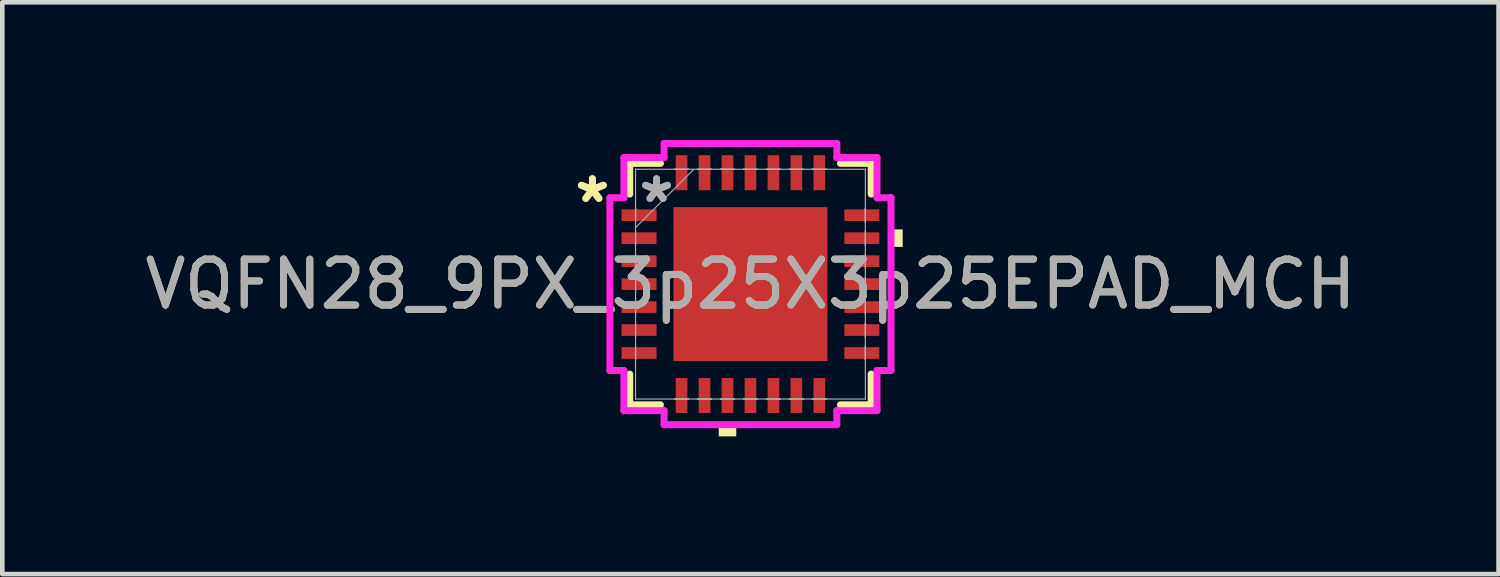
<source format=kicad_pcb>
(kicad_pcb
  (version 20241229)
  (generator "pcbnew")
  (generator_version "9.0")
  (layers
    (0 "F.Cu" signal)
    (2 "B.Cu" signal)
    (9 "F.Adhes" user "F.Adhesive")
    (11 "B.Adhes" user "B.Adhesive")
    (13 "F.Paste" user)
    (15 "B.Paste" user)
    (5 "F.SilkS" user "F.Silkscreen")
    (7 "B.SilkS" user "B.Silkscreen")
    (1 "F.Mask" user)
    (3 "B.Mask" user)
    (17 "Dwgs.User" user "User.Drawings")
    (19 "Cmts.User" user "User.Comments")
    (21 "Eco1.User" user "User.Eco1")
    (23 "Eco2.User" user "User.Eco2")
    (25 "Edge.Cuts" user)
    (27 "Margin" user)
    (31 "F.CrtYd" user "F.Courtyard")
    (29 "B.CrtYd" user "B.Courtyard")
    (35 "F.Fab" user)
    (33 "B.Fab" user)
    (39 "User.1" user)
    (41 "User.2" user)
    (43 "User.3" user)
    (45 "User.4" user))
  (footprint "VQFN28_9PX_3p25X3p25EPAD_MCH"
    (layer "F.Cu")
    (at 13.292 3.137)
    (property "Reference" "VQFN28_9PX_3p25X3p25EPAD_MCH" (at 0 0 0) (unlocked yes) (layer "F.SilkS") (effects (font (size 1 1) (thickness 0.15))))
    (attr smd)
    (fp_line (start -2.629 -2.629) (end -2.629 -1.96) (stroke (width 0.152) (type solid)) (layer "F.SilkS"))
    (fp_line (start -2.629 1.96) (end -2.629 2.629) (stroke (width 0.152) (type solid)) (layer "F.SilkS"))
    (fp_line (start -2.629 2.629) (end -1.96 2.629) (stroke (width 0.152) (type solid)) (layer "F.SilkS"))
    (fp_line (start -1.96 -2.629) (end -2.629 -2.629) (stroke (width 0.152) (type solid)) (layer "F.SilkS"))
    (fp_line (start 1.96 2.629) (end 2.629 2.629) (stroke (width 0.152) (type solid)) (layer "F.SilkS"))
    (fp_line (start 2.629 -2.629) (end 1.96 -2.629) (stroke (width 0.152) (type solid)) (layer "F.SilkS"))
    (fp_line (start 2.629 -1.96) (end 2.629 -2.629) (stroke (width 0.152) (type solid)) (layer "F.SilkS"))
    (fp_line (start 2.629 2.629) (end 2.629 1.96) (stroke (width 0.152) (type solid)) (layer "F.SilkS"))
    (fp_poly (pts (xy -0.69 3.061) (xy -0.69 3.315) (xy -0.309 3.315) (xy -0.309 3.061)) (stroke (width 0) (type solid)) (fill yes) (layer "F.SilkS"))
    (fp_poly (pts (xy 3.315 -1.191) (xy 3.315 -0.81) (xy 3.061 -0.81) (xy 3.061 -1.191)) (stroke (width 0) (type solid)) (fill yes) (layer "F.SilkS"))
    (fp_poly (pts (xy -1.576 -1.576) (xy -1.576 -0.1) (xy -0.1 -0.1) (xy -0.1 -1.576)) (stroke (width 0) (type solid)) (fill yes) (layer "F.Paste"))
    (fp_poly (pts (xy -1.576 0.1) (xy -1.576 1.576) (xy -0.1 1.576) (xy -0.1 0.1)) (stroke (width 0) (type solid)) (fill yes) (layer "F.Paste"))
    (fp_poly (pts (xy 0.1 -1.576) (xy 0.1 -0.1) (xy 1.576 -0.1) (xy 1.576 -1.576)) (stroke (width 0) (type solid)) (fill yes) (layer "F.Paste"))
    (fp_poly (pts (xy 0.1 0.1) (xy 0.1 1.576) (xy 1.576 1.576) (xy 1.576 0.1)) (stroke (width 0) (type solid)) (fill yes) (layer "F.Paste"))
    (fp_line (start -3.061 -1.881) (end -2.756 -1.881) (stroke (width 0.152) (type solid)) (layer "F.CrtYd"))
    (fp_line (start -3.061 1.881) (end -3.061 -1.881) (stroke (width 0.152) (type solid)) (layer "F.CrtYd"))
    (fp_line (start -2.756 -2.756) (end -1.881 -2.756) (stroke (width 0.152) (type solid)) (layer "F.CrtYd"))
    (fp_line (start -2.756 -1.881) (end -2.756 -2.756) (stroke (width 0.152) (type solid)) (layer "F.CrtYd"))
    (fp_line (start -2.756 1.881) (end -3.061 1.881) (stroke (width 0.152) (type solid)) (layer "F.CrtYd"))
    (fp_line (start -2.756 2.756) (end -2.756 1.881) (stroke (width 0.152) (type solid)) (layer "F.CrtYd"))
    (fp_line (start -1.881 -3.061) (end 1.881 -3.061) (stroke (width 0.152) (type solid)) (layer "F.CrtYd"))
    (fp_line (start -1.881 -2.756) (end -1.881 -3.061) (stroke (width 0.152) (type solid)) (layer "F.CrtYd"))
    (fp_line (start -1.881 2.756) (end -2.756 2.756) (stroke (width 0.152) (type solid)) (layer "F.CrtYd"))
    (fp_line (start -1.881 3.061) (end -1.881 2.756) (stroke (width 0.152) (type solid)) (layer "F.CrtYd"))
    (fp_line (start 1.881 -3.061) (end 1.881 -2.756) (stroke (width 0.152) (type solid)) (layer "F.CrtYd"))
    (fp_line (start 1.881 -2.756) (end 2.756 -2.756) (stroke (width 0.152) (type solid)) (layer "F.CrtYd"))
    (fp_line (start 1.881 2.756) (end 1.881 3.061) (stroke (width 0.152) (type solid)) (layer "F.CrtYd"))
    (fp_line (start 1.881 3.061) (end -1.881 3.061) (stroke (width 0.152) (type solid)) (layer "F.CrtYd"))
    (fp_line (start 2.756 -2.756) (end 2.756 -1.881) (stroke (width 0.152) (type solid)) (layer "F.CrtYd"))
    (fp_line (start 2.756 -1.881) (end 3.061 -1.881) (stroke (width 0.152) (type solid)) (layer "F.CrtYd"))
    (fp_line (start 2.756 1.881) (end 2.756 2.756) (stroke (width 0.152) (type solid)) (layer "F.CrtYd"))
    (fp_line (start 2.756 2.756) (end 1.881 2.756) (stroke (width 0.152) (type solid)) (layer "F.CrtYd"))
    (fp_line (start 3.061 -1.881) (end 3.061 1.881) (stroke (width 0.152) (type solid)) (layer "F.CrtYd"))
    (fp_line (start 3.061 1.881) (end 2.756 1.881) (stroke (width 0.152) (type solid)) (layer "F.CrtYd"))
    (fp_line (start -2.502 -2.502) (end -2.502 -2.502) (stroke (width 0.025) (type solid)) (layer "F.Fab"))
    (fp_line (start -2.502 -2.502) (end -2.502 2.502) (stroke (width 0.025) (type solid)) (layer "F.Fab"))
    (fp_line (start -2.502 -1.652) (end -2.502 -1.652) (stroke (width 0.025) (type solid)) (layer "F.Fab"))
    (fp_line (start -2.502 -1.652) (end -2.502 -1.348) (stroke (width 0.025) (type solid)) (layer "F.Fab"))
    (fp_line (start -2.502 -1.348) (end -2.502 -1.652) (stroke (width 0.025) (type solid)) (layer "F.Fab"))
    (fp_line (start -2.502 -1.348) (end -2.502 -1.348) (stroke (width 0.025) (type solid)) (layer "F.Fab"))
    (fp_line (start -2.502 -1.232) (end -1.232 -2.502) (stroke (width 0.025) (type solid)) (layer "F.Fab"))
    (fp_line (start -2.502 -1.152) (end -2.502 -1.152) (stroke (width 0.025) (type solid)) (layer "F.Fab"))
    (fp_line (start -2.502 -1.152) (end -2.502 -0.848) (stroke (width 0.025) (type solid)) (layer "F.Fab"))
    (fp_line (start -2.502 -0.848) (end -2.502 -1.152) (stroke (width 0.025) (type solid)) (layer "F.Fab"))
    (fp_line (start -2.502 -0.848) (end -2.502 -0.848) (stroke (width 0.025) (type solid)) (layer "F.Fab"))
    (fp_line (start -2.502 -0.652) (end -2.502 -0.652) (stroke (width 0.025) (type solid)) (layer "F.Fab"))
    (fp_line (start -2.502 -0.652) (end -2.502 -0.348) (stroke (width 0.025) (type solid)) (layer "F.Fab"))
    (fp_line (start -2.502 -0.348) (end -2.502 -0.652) (stroke (width 0.025) (type solid)) (layer "F.Fab"))
    (fp_line (start -2.502 -0.348) (end -2.502 -0.348) (stroke (width 0.025) (type solid)) (layer "F.Fab"))
    (fp_line (start -2.502 -0.152) (end -2.502 -0.152) (stroke (width 0.025) (type solid)) (layer "F.Fab"))
    (fp_line (start -2.502 -0.152) (end -2.502 0.152) (stroke (width 0.025) (type solid)) (layer "F.Fab"))
    (fp_line (start -2.502 0.152) (end -2.502 -0.152) (stroke (width 0.025) (type solid)) (layer "F.Fab"))
    (fp_line (start -2.502 0.152) (end -2.502 0.152) (stroke (width 0.025) (type solid)) (layer "F.Fab"))
    (fp_line (start -2.502 0.348) (end -2.502 0.348) (stroke (width 0.025) (type solid)) (layer "F.Fab"))
    (fp_line (start -2.502 0.348) (end -2.502 0.652) (stroke (width 0.025) (type solid)) (layer "F.Fab"))
    (fp_line (start -2.502 0.652) (end -2.502 0.348) (stroke (width 0.025) (type solid)) (layer "F.Fab"))
    (fp_line (start -2.502 0.652) (end -2.502 0.652) (stroke (width 0.025) (type solid)) (layer "F.Fab"))
    (fp_line (start -2.502 0.848) (end -2.502 0.848) (stroke (width 0.025) (type solid)) (layer "F.Fab"))
    (fp_line (start -2.502 0.848) (end -2.502 1.152) (stroke (width 0.025) (type solid)) (layer "F.Fab"))
    (fp_line (start -2.502 1.152) (end -2.502 0.848) (stroke (width 0.025) (type solid)) (layer "F.Fab"))
    (fp_line (start -2.502 1.152) (end -2.502 1.152) (stroke (width 0.025) (type solid)) (layer "F.Fab"))
    (fp_line (start -2.502 1.348) (end -2.502 1.348) (stroke (width 0.025) (type solid)) (layer "F.Fab"))
    (fp_line (start -2.502 1.348) (end -2.502 1.652) (stroke (width 0.025) (type solid)) (layer "F.Fab"))
    (fp_line (start -2.502 1.652) (end -2.502 1.348) (stroke (width 0.025) (type solid)) (layer "F.Fab"))
    (fp_line (start -2.502 1.652) (end -2.502 1.652) (stroke (width 0.025) (type solid)) (layer "F.Fab"))
    (fp_line (start -2.502 2.502) (end -2.502 2.502) (stroke (width 0.025) (type solid)) (layer "F.Fab"))
    (fp_line (start -2.502 2.502) (end 2.502 2.502) (stroke (width 0.025) (type solid)) (layer "F.Fab"))
    (fp_line (start -1.652 -2.502) (end -1.652 -2.502) (stroke (width 0.025) (type solid)) (layer "F.Fab"))
    (fp_line (start -1.652 -2.502) (end -1.348 -2.502) (stroke (width 0.025) (type solid)) (layer "F.Fab"))
    (fp_line (start -1.652 2.502) (end -1.652 2.502) (stroke (width 0.025) (type solid)) (layer "F.Fab"))
    (fp_line (start -1.652 2.502) (end -1.348 2.502) (stroke (width 0.025) (type solid)) (layer "F.Fab"))
    (fp_line (start -1.348 -2.502) (end -1.652 -2.502) (stroke (width 0.025) (type solid)) (layer "F.Fab"))
    (fp_line (start -1.348 -2.502) (end -1.348 -2.502) (stroke (width 0.025) (type solid)) (layer "F.Fab"))
    (fp_line (start -1.348 2.502) (end -1.652 2.502) (stroke (width 0.025) (type solid)) (layer "F.Fab"))
    (fp_line (start -1.348 2.502) (end -1.348 2.502) (stroke (width 0.025) (type solid)) (layer "F.Fab"))
    (fp_line (start -1.152 -2.502) (end -1.152 -2.502) (stroke (width 0.025) (type solid)) (layer "F.Fab"))
    (fp_line (start -1.152 -2.502) (end -0.848 -2.502) (stroke (width 0.025) (type solid)) (layer "F.Fab"))
    (fp_line (start -1.152 2.502) (end -1.152 2.502) (stroke (width 0.025) (type solid)) (layer "F.Fab"))
    (fp_line (start -1.152 2.502) (end -0.848 2.502) (stroke (width 0.025) (type solid)) (layer "F.Fab"))
    (fp_line (start -0.848 -2.502) (end -1.152 -2.502) (stroke (width 0.025) (type solid)) (layer "F.Fab"))
    (fp_line (start -0.848 -2.502) (end -0.848 -2.502) (stroke (width 0.025) (type solid)) (layer "F.Fab"))
    (fp_line (start -0.848 2.502) (end -1.152 2.502) (stroke (width 0.025) (type solid)) (layer "F.Fab"))
    (fp_line (start -0.848 2.502) (end -0.848 2.502) (stroke (width 0.025) (type solid)) (layer "F.Fab"))
    (fp_line (start -0.652 -2.502) (end -0.652 -2.502) (stroke (width 0.025) (type solid)) (layer "F.Fab"))
    (fp_line (start -0.652 -2.502) (end -0.348 -2.502) (stroke (width 0.025) (type solid)) (layer "F.Fab"))
    (fp_line (start -0.652 2.502) (end -0.652 2.502) (stroke (width 0.025) (type solid)) (layer "F.Fab"))
    (fp_line (start -0.652 2.502) (end -0.348 2.502) (stroke (width 0.025) (type solid)) (layer "F.Fab"))
    (fp_line (start -0.348 -2.502) (end -0.652 -2.502) (stroke (width 0.025) (type solid)) (layer "F.Fab"))
    (fp_line (start -0.348 -2.502) (end -0.348 -2.502) (stroke (width 0.025) (type solid)) (layer "F.Fab"))
    (fp_line (start -0.348 2.502) (end -0.652 2.502) (stroke (width 0.025) (type solid)) (layer "F.Fab"))
    (fp_line (start -0.348 2.502) (end -0.348 2.502) (stroke (width 0.025) (type solid)) (layer "F.Fab"))
    (fp_line (start -0.152 -2.502) (end -0.152 -2.502) (stroke (width 0.025) (type solid)) (layer "F.Fab"))
    (fp_line (start -0.152 -2.502) (end 0.152 -2.502) (stroke (width 0.025) (type solid)) (layer "F.Fab"))
    (fp_line (start -0.152 2.502) (end -0.152 2.502) (stroke (width 0.025) (type solid)) (layer "F.Fab"))
    (fp_line (start -0.152 2.502) (end 0.152 2.502) (stroke (width 0.025) (type solid)) (layer "F.Fab"))
    (fp_line (start 0.152 -2.502) (end -0.152 -2.502) (stroke (width 0.025) (type solid)) (layer "F.Fab"))
    (fp_line (start 0.152 -2.502) (end 0.152 -2.502) (stroke (width 0.025) (type solid)) (layer "F.Fab"))
    (fp_line (start 0.152 2.502) (end -0.152 2.502) (stroke (width 0.025) (type solid)) (layer "F.Fab"))
    (fp_line (start 0.152 2.502) (end 0.152 2.502) (stroke (width 0.025) (type solid)) (layer "F.Fab"))
    (fp_line (start 0.348 -2.502) (end 0.348 -2.502) (stroke (width 0.025) (type solid)) (layer "F.Fab"))
    (fp_line (start 0.348 -2.502) (end 0.652 -2.502) (stroke (width 0.025) (type solid)) (layer "F.Fab"))
    (fp_line (start 0.348 2.502) (end 0.348 2.502) (stroke (width 0.025) (type solid)) (layer "F.Fab"))
    (fp_line (start 0.348 2.502) (end 0.652 2.502) (stroke (width 0.025) (type solid)) (layer "F.Fab"))
    (fp_line (start 0.652 -2.502) (end 0.348 -2.502) (stroke (width 0.025) (type solid)) (layer "F.Fab"))
    (fp_line (start 0.652 -2.502) (end 0.652 -2.502) (stroke (width 0.025) (type solid)) (layer "F.Fab"))
    (fp_line (start 0.652 2.502) (end 0.348 2.502) (stroke (width 0.025) (type solid)) (layer "F.Fab"))
    (fp_line (start 0.652 2.502) (end 0.652 2.502) (stroke (width 0.025) (type solid)) (layer "F.Fab"))
    (fp_line (start 0.848 -2.502) (end 0.848 -2.502) (stroke (width 0.025) (type solid)) (layer "F.Fab"))
    (fp_line (start 0.848 -2.502) (end 1.152 -2.502) (stroke (width 0.025) (type solid)) (layer "F.Fab"))
    (fp_line (start 0.848 2.502) (end 0.848 2.502) (stroke (width 0.025) (type solid)) (layer "F.Fab"))
    (fp_line (start 0.848 2.502) (end 1.152 2.502) (stroke (width 0.025) (type solid)) (layer "F.Fab"))
    (fp_line (start 1.152 -2.502) (end 0.848 -2.502) (stroke (width 0.025) (type solid)) (layer "F.Fab"))
    (fp_line (start 1.152 -2.502) (end 1.152 -2.502) (stroke (width 0.025) (type solid)) (layer "F.Fab"))
    (fp_line (start 1.152 2.502) (end 0.848 2.502) (stroke (width 0.025) (type solid)) (layer "F.Fab"))
    (fp_line (start 1.152 2.502) (end 1.152 2.502) (stroke (width 0.025) (type solid)) (layer "F.Fab"))
    (fp_line (start 1.348 -2.502) (end 1.348 -2.502) (stroke (width 0.025) (type solid)) (layer "F.Fab"))
    (fp_line (start 1.348 -2.502) (end 1.652 -2.502) (stroke (width 0.025) (type solid)) (layer "F.Fab"))
    (fp_line (start 1.348 2.502) (end 1.348 2.502) (stroke (width 0.025) (type solid)) (layer "F.Fab"))
    (fp_line (start 1.348 2.502) (end 1.652 2.502) (stroke (width 0.025) (type solid)) (layer "F.Fab"))
    (fp_line (start 1.652 -2.502) (end 1.348 -2.502) (stroke (width 0.025) (type solid)) (layer "F.Fab"))
    (fp_line (start 1.652 -2.502) (end 1.652 -2.502) (stroke (width 0.025) (type solid)) (layer "F.Fab"))
    (fp_line (start 1.652 2.502) (end 1.348 2.502) (stroke (width 0.025) (type solid)) (layer "F.Fab"))
    (fp_line (start 1.652 2.502) (end 1.652 2.502) (stroke (width 0.025) (type solid)) (layer "F.Fab"))
    (fp_line (start 2.502 -2.502) (end -2.502 -2.502) (stroke (width 0.025) (type solid)) (layer "F.Fab"))
    (fp_line (start 2.502 -2.502) (end 2.502 -2.502) (stroke (width 0.025) (type solid)) (layer "F.Fab"))
    (fp_line (start 2.502 -1.652) (end 2.502 -1.652) (stroke (width 0.025) (type solid)) (layer "F.Fab"))
    (fp_line (start 2.502 -1.652) (end 2.502 -1.348) (stroke (width 0.025) (type solid)) (layer "F.Fab"))
    (fp_line (start 2.502 -1.348) (end 2.502 -1.652) (stroke (width 0.025) (type solid)) (layer "F.Fab"))
    (fp_line (start 2.502 -1.348) (end 2.502 -1.348) (stroke (width 0.025) (type solid)) (layer "F.Fab"))
    (fp_line (start 2.502 -1.152) (end 2.502 -1.152) (stroke (width 0.025) (type solid)) (layer "F.Fab"))
    (fp_line (start 2.502 -1.152) (end 2.502 -0.848) (stroke (width 0.025) (type solid)) (layer "F.Fab"))
    (fp_line (start 2.502 -0.848) (end 2.502 -1.152) (stroke (width 0.025) (type solid)) (layer "F.Fab"))
    (fp_line (start 2.502 -0.848) (end 2.502 -0.848) (stroke (width 0.025) (type solid)) (layer "F.Fab"))
    (fp_line (start 2.502 -0.652) (end 2.502 -0.652) (stroke (width 0.025) (type solid)) (layer "F.Fab"))
    (fp_line (start 2.502 -0.652) (end 2.502 -0.348) (stroke (width 0.025) (type solid)) (layer "F.Fab"))
    (fp_line (start 2.502 -0.348) (end 2.502 -0.652) (stroke (width 0.025) (type solid)) (layer "F.Fab"))
    (fp_line (start 2.502 -0.348) (end 2.502 -0.348) (stroke (width 0.025) (type solid)) (layer "F.Fab"))
    (fp_line (start 2.502 -0.152) (end 2.502 -0.152) (stroke (width 0.025) (type solid)) (layer "F.Fab"))
    (fp_line (start 2.502 -0.152) (end 2.502 0.152) (stroke (width 0.025) (type solid)) (layer "F.Fab"))
    (fp_line (start 2.502 0.152) (end 2.502 -0.152) (stroke (width 0.025) (type solid)) (layer "F.Fab"))
    (fp_line (start 2.502 0.152) (end 2.502 0.152) (stroke (width 0.025) (type solid)) (layer "F.Fab"))
    (fp_line (start 2.502 0.348) (end 2.502 0.348) (stroke (width 0.025) (type solid)) (layer "F.Fab"))
    (fp_line (start 2.502 0.348) (end 2.502 0.652) (stroke (width 0.025) (type solid)) (layer "F.Fab"))
    (fp_line (start 2.502 0.652) (end 2.502 0.348) (stroke (width 0.025) (type solid)) (layer "F.Fab"))
    (fp_line (start 2.502 0.652) (end 2.502 0.652) (stroke (width 0.025) (type solid)) (layer "F.Fab"))
    (fp_line (start 2.502 0.848) (end 2.502 0.848) (stroke (width 0.025) (type solid)) (layer "F.Fab"))
    (fp_line (start 2.502 0.848) (end 2.502 1.152) (stroke (width 0.025) (type solid)) (layer "F.Fab"))
    (fp_line (start 2.502 1.152) (end 2.502 0.848) (stroke (width 0.025) (type solid)) (layer "F.Fab"))
    (fp_line (start 2.502 1.152) (end 2.502 1.152) (stroke (width 0.025) (type solid)) (layer "F.Fab"))
    (fp_line (start 2.502 1.348) (end 2.502 1.348) (stroke (width 0.025) (type solid)) (layer "F.Fab"))
    (fp_line (start 2.502 1.348) (end 2.502 1.652) (stroke (width 0.025) (type solid)) (layer "F.Fab"))
    (fp_line (start 2.502 1.652) (end 2.502 1.348) (stroke (width 0.025) (type solid)) (layer "F.Fab"))
    (fp_line (start 2.502 1.652) (end 2.502 1.652) (stroke (width 0.025) (type solid)) (layer "F.Fab"))
    (fp_line (start 2.502 2.502) (end 2.502 -2.502) (stroke (width 0.025) (type solid)) (layer "F.Fab"))
    (fp_line (start 2.502 2.502) (end 2.502 2.502) (stroke (width 0.025) (type solid)) (layer "F.Fab"))
    (fp_text user "*" (at -3.442 -1.75 0) (unlocked yes) (layer "F.SilkS") (effects (font (size 1 1) (thickness 0.15))))
    (fp_text user "*" (at -3.442 -1.75 0) (layer "F.SilkS") (effects (font (size 1 1) (thickness 0.15))))
    (fp_text user "${REFERENCE}" (at 0 0 0) (unlocked yes) (layer "F.Fab") (effects (font (size 1 1) (thickness 0.15))))
    (fp_text user "*" (at -2.045 -1.75 0) (unlocked yes) (layer "F.Fab") (effects (font (size 1 1) (thickness 0.15))))
    (fp_text user "*" (at -2.045 -1.75 0) (layer "F.Fab") (effects (font (size 1 1) (thickness 0.15))))
    (pad "1" smd rect (at -2.426 -1.5 90) (size 0.254 0.762) (layers "F.Cu" "F.Mask" "F.Paste"))
    (pad "2" smd rect (at -2.426 -1 90) (size 0.254 0.762) (layers "F.Cu" "F.Mask" "F.Paste"))
    (pad "3" smd rect (at -2.426 -0.5 90) (size 0.254 0.762) (layers "F.Cu" "F.Mask" "F.Paste"))
    (pad "4" smd rect (at -2.426 0 90) (size 0.254 0.762) (layers "F.Cu" "F.Mask" "F.Paste"))
    (pad "5" smd rect (at -2.426 0.5 90) (size 0.254 0.762) (layers "F.Cu" "F.Mask" "F.Paste"))
    (pad "6" smd rect (at -2.426 1 90) (size 0.254 0.762) (layers "F.Cu" "F.Mask" "F.Paste"))
    (pad "7" smd rect (at -2.426 1.5 90) (size 0.254 0.762) (layers "F.Cu" "F.Mask" "F.Paste"))
    (pad "8" smd rect (at -1.5 2.426) (size 0.254 0.762) (layers "F.Cu" "F.Mask" "F.Paste"))
    (pad "9" smd rect (at -1 2.426) (size 0.254 0.762) (layers "F.Cu" "F.Mask" "F.Paste"))
    (pad "10" smd rect (at -0.5 2.426) (size 0.254 0.762) (layers "F.Cu" "F.Mask" "F.Paste"))
    (pad "11" smd rect (at 0 2.426) (size 0.254 0.762) (layers "F.Cu" "F.Mask" "F.Paste"))
    (pad "12" smd rect (at 0.5 2.426) (size 0.254 0.762) (layers "F.Cu" "F.Mask" "F.Paste"))
    (pad "13" smd rect (at 1 2.426) (size 0.254 0.762) (layers "F.Cu" "F.Mask" "F.Paste"))
    (pad "14" smd rect (at 1.5 2.426) (size 0.254 0.762) (layers "F.Cu" "F.Mask" "F.Paste"))
    (pad "15" smd rect (at 2.426 1.5 90) (size 0.254 0.762) (layers "F.Cu" "F.Mask" "F.Paste"))
    (pad "16" smd rect (at 2.426 1 90) (size 0.254 0.762) (layers "F.Cu" "F.Mask" "F.Paste"))
    (pad "17" smd rect (at 2.426 0.5 90) (size 0.254 0.762) (layers "F.Cu" "F.Mask" "F.Paste"))
    (pad "18" smd rect (at 2.426 0 90) (size 0.254 0.762) (layers "F.Cu" "F.Mask" "F.Paste"))
    (pad "19" smd rect (at 2.426 -0.5 90) (size 0.254 0.762) (layers "F.Cu" "F.Mask" "F.Paste"))
    (pad "20" smd rect (at 2.426 -1 90) (size 0.254 0.762) (layers "F.Cu" "F.Mask" "F.Paste"))
    (pad "21" smd rect (at 2.426 -1.5 90) (size 0.254 0.762) (layers "F.Cu" "F.Mask" "F.Paste"))
    (pad "22" smd rect (at 1.5 -2.426) (size 0.254 0.762) (layers "F.Cu" "F.Mask" "F.Paste"))
    (pad "23" smd rect (at 1 -2.426) (size 0.254 0.762) (layers "F.Cu" "F.Mask" "F.Paste"))
    (pad "24" smd rect (at 0.5 -2.426) (size 0.254 0.762) (layers "F.Cu" "F.Mask" "F.Paste"))
    (pad "25" smd rect (at 0 -2.426) (size 0.254 0.762) (layers "F.Cu" "F.Mask" "F.Paste"))
    (pad "26" smd rect (at -0.5 -2.426) (size 0.254 0.762) (layers "F.Cu" "F.Mask" "F.Paste"))
    (pad "27" smd rect (at -1 -2.426) (size 0.254 0.762) (layers "F.Cu" "F.Mask" "F.Paste"))
    (pad "28" smd rect (at -1.5 -2.426) (size 0.254 0.762) (layers "F.Cu" "F.Mask" "F.Paste"))
    (pad "29" smd rect (at 0 0) (size 3.353 3.353) (layers "F.Cu" "F.Mask" "F.Paste")))
  (gr_rect
    (start -3 -3)
    (end 29.583 9.452)
    (stroke (width 0.1) (type default))
    (fill no)
    (layer "Edge.Cuts")))
</source>
